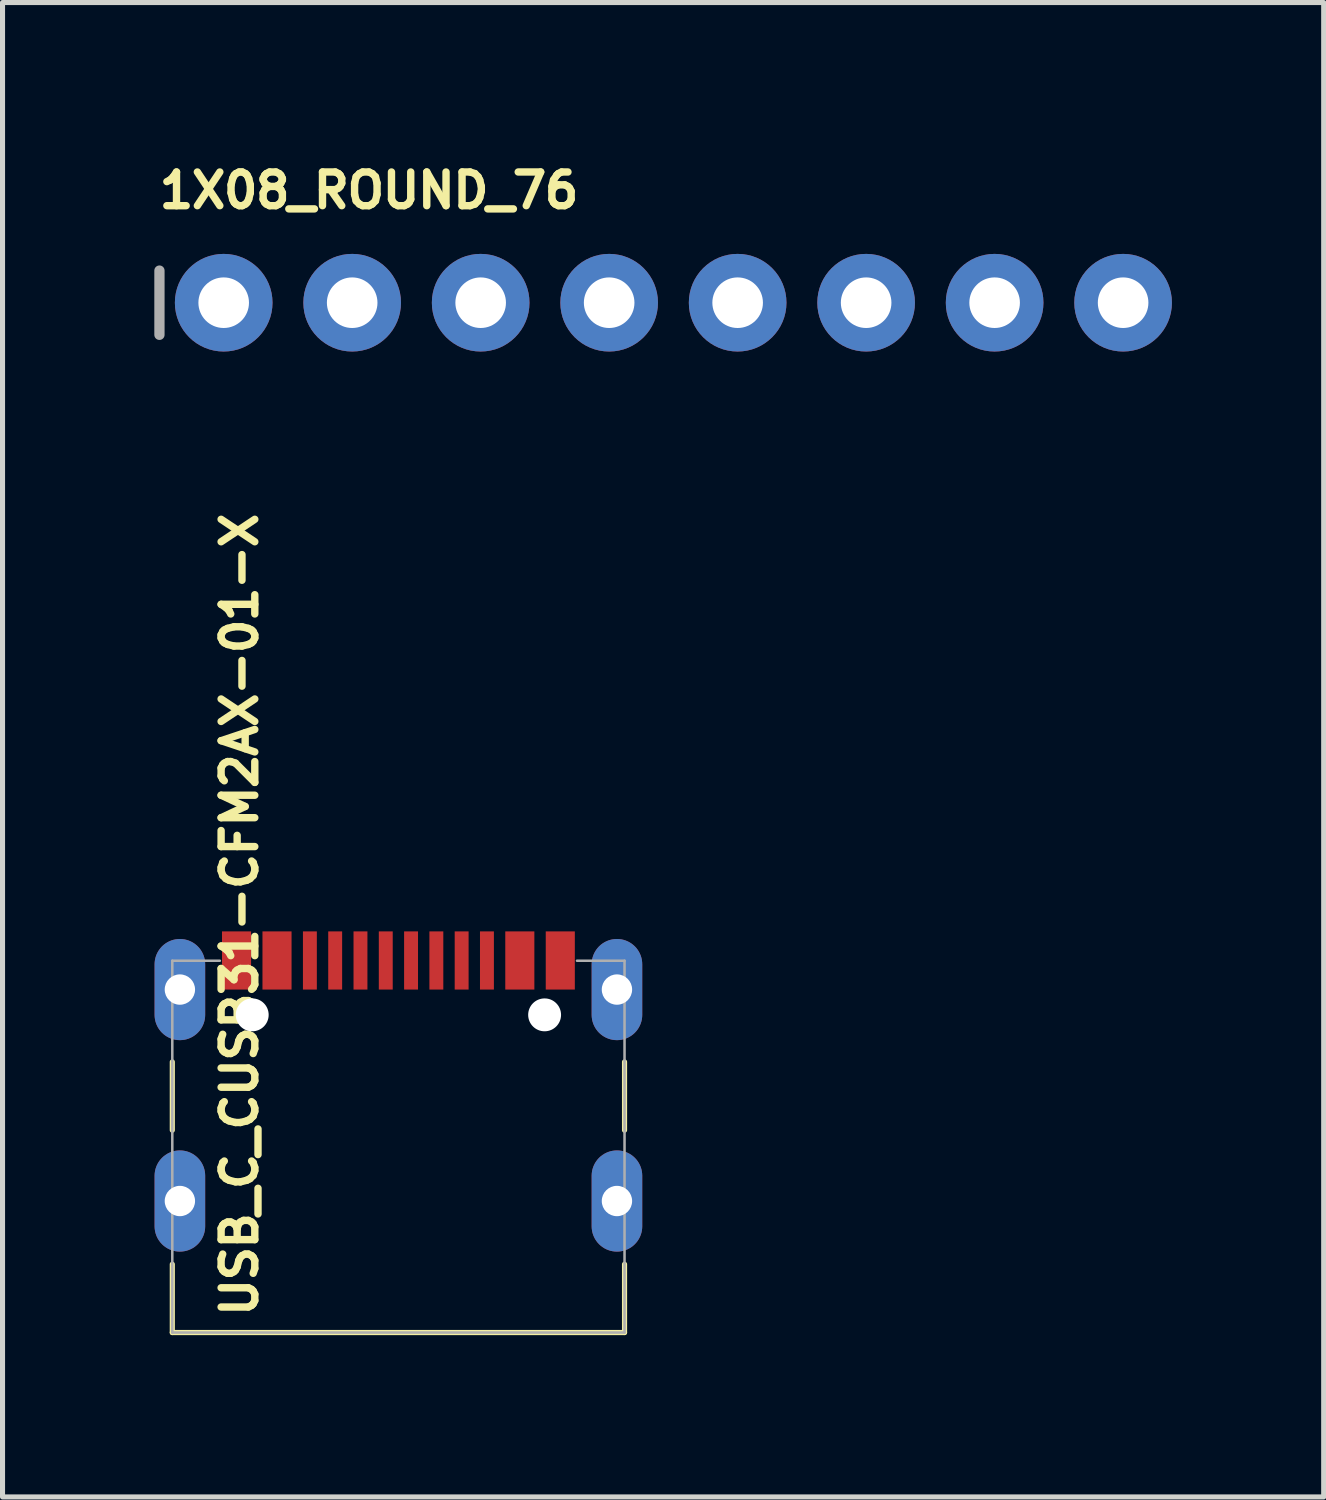
<source format=kicad_pcb>
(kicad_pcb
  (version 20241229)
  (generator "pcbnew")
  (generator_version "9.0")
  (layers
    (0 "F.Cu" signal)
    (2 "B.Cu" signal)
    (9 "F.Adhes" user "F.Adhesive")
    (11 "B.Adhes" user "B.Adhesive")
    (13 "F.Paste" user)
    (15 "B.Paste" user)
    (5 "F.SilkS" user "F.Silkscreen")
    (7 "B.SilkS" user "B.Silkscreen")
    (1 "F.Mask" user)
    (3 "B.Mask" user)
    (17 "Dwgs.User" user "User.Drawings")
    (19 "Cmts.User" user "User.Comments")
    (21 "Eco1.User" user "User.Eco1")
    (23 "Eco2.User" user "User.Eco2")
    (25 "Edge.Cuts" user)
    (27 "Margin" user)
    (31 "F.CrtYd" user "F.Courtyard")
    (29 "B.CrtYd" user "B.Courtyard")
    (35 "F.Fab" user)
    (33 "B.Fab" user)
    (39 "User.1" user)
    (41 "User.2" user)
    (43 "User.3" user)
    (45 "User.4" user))
  (footprint "1X08_ROUND_76"
    (layer "F.Cu")
    (at 10.262 2.934)
    (property "Reference" "1X08_ROUND_76" (at -10.236 -1.829 0) (layer "F.SilkS") (effects (font (size 0.666 0.666) (thickness 0.146)) (justify left bottom)))
    (fp_line (start -10.16 -0.635) (end -10.16 0.635) (stroke (width 0.203) (type solid)) (layer "F.Fab"))
    (fp_poly (pts (xy -9.144 0.254) (xy -8.636 0.254) (xy -8.636 -0.254) (xy -9.144 -0.254)) (stroke (width 0.1) (type default)) (fill no) (layer "F.Fab"))
    (fp_poly (pts (xy -6.604 0.254) (xy -6.096 0.254) (xy -6.096 -0.254) (xy -6.604 -0.254)) (stroke (width 0.1) (type default)) (fill no) (layer "F.Fab"))
    (fp_poly (pts (xy -4.064 0.254) (xy -3.556 0.254) (xy -3.556 -0.254) (xy -4.064 -0.254)) (stroke (width 0.1) (type default)) (fill no) (layer "F.Fab"))
    (fp_poly (pts (xy -1.524 0.254) (xy -1.016 0.254) (xy -1.016 -0.254) (xy -1.524 -0.254)) (stroke (width 0.1) (type default)) (fill no) (layer "F.Fab"))
    (fp_poly (pts (xy 1.016 0.254) (xy 1.524 0.254) (xy 1.524 -0.254) (xy 1.016 -0.254)) (stroke (width 0.1) (type default)) (fill no) (layer "F.Fab"))
    (fp_poly (pts (xy 3.556 0.254) (xy 4.064 0.254) (xy 4.064 -0.254) (xy 3.556 -0.254)) (stroke (width 0.1) (type default)) (fill no) (layer "F.Fab"))
    (fp_poly (pts (xy 6.096 0.254) (xy 6.604 0.254) (xy 6.604 -0.254) (xy 6.096 -0.254)) (stroke (width 0.1) (type default)) (fill no) (layer "F.Fab"))
    (fp_poly (pts (xy 8.636 0.254) (xy 9.144 0.254) (xy 9.144 -0.254) (xy 8.636 -0.254)) (stroke (width 0.1) (type default)) (fill no) (layer "F.Fab"))
    (pad "1" thru_hole circle (at -8.89 0 90) (size 1.93 1.93) (drill 1) (layers "*.Cu" "*.Mask"))
    (pad "2" thru_hole circle (at -6.35 0 90) (size 1.93 1.93) (drill 1) (layers "*.Cu" "*.Mask"))
    (pad "3" thru_hole circle (at -3.81 0 90) (size 1.93 1.93) (drill 1) (layers "*.Cu" "*.Mask"))
    (pad "4" thru_hole circle (at -1.27 0 90) (size 1.93 1.93) (drill 1) (layers "*.Cu" "*.Mask"))
    (pad "5" thru_hole circle (at 1.27 0 90) (size 1.93 1.93) (drill 1) (layers "*.Cu" "*.Mask"))
    (pad "6" thru_hole circle (at 3.81 0 90) (size 1.93 1.93) (drill 1) (layers "*.Cu" "*.Mask"))
    (pad "7" thru_hole circle (at 6.35 0 90) (size 1.93 1.93) (drill 1) (layers "*.Cu" "*.Mask"))
    (pad "8" thru_hole circle (at 8.89 0 90) (size 1.93 1.93) (drill 1) (layers "*.Cu" "*.Mask")))
  (footprint "USB_C_CUSB31-CFM2AX-01-X"
    (layer "F.Cu")
    (at 4.826 23.292)
    (property "Reference" "USB_C_CUSB31-CFM2AX-01-X" (at -2.75 -0.25 90) (layer "F.SilkS") (effects (font (size 0.666 0.666) (thickness 0.146)) (justify left bottom)))
    (fp_line (start -4.47 -4) (end -4.47 -5.35) (stroke (width 0.102) (type solid)) (layer "F.SilkS"))
    (fp_line (start -4.47 0) (end -4.47 -1.35) (stroke (width 0.102) (type solid)) (layer "F.SilkS"))
    (fp_line (start 4.47 -5.35) (end 4.47 -4) (stroke (width 0.102) (type solid)) (layer "F.SilkS"))
    (fp_line (start 4.47 -1.35) (end 4.47 0) (stroke (width 0.102) (type solid)) (layer "F.SilkS"))
    (fp_line (start 4.47 0) (end -4.47 0) (stroke (width 0.102) (type solid)) (layer "F.SilkS"))
    (fp_poly (pts (xy -4.169 -7.749) (xy -4.034 -7.68) (xy -3.928 -7.573) (xy -3.835 -7.29) (xy -3.835 -6.274) (xy -3.859 -6.125) (xy -3.928 -5.99) (xy -4.034 -5.883) (xy -4.318 -5.791) (xy -4.449 -5.809) (xy -4.572 -5.859) (xy -4.677 -5.94) (xy -4.758 -6.045) (xy -4.826 -6.299) (xy -4.826 -7.264) (xy -4.809 -7.396) (xy -4.758 -7.518) (xy -4.677 -7.624) (xy -4.572 -7.704) (xy -4.318 -7.772)) (stroke (width 0) (type default)) (fill yes) (layer "F.Paste"))
    (fp_poly (pts (xy -4.156 -3.57) (xy -4.022 -3.502) (xy -3.915 -3.395) (xy -3.823 -3.111) (xy -3.823 -2.095) (xy -3.846 -1.946) (xy -3.915 -1.812) (xy -4.022 -1.705) (xy -4.305 -1.613) (xy -4.437 -1.63) (xy -4.559 -1.681) (xy -4.665 -1.762) (xy -4.745 -1.867) (xy -4.813 -2.121) (xy -4.813 -3.086) (xy -4.796 -3.218) (xy -4.745 -3.34) (xy -4.665 -3.445) (xy -4.559 -3.526) (xy -4.305 -3.594)) (stroke (width 0) (type default)) (fill yes) (layer "F.Paste"))
    (fp_poly (pts (xy 4.48 -7.761) (xy 4.614 -7.693) (xy 4.721 -7.586) (xy 4.813 -7.303) (xy 4.813 -6.287) (xy 4.79 -6.137) (xy 4.721 -6.003) (xy 4.614 -5.896) (xy 4.331 -5.804) (xy 4.199 -5.821) (xy 4.077 -5.872) (xy 3.971 -5.953) (xy 3.891 -6.058) (xy 3.823 -6.312) (xy 3.823 -7.277) (xy 3.84 -7.409) (xy 3.891 -7.531) (xy 3.971 -7.636) (xy 4.077 -7.717) (xy 4.331 -7.785)) (stroke (width 0) (type default)) (fill yes) (layer "F.Paste"))
    (fp_poly (pts (xy 4.48 -3.57) (xy 4.614 -3.502) (xy 4.721 -3.395) (xy 4.813 -3.111) (xy 4.813 -2.095) (xy 4.79 -1.946) (xy 4.721 -1.812) (xy 4.614 -1.705) (xy 4.331 -1.613) (xy 4.199 -1.63) (xy 4.077 -1.681) (xy 3.971 -1.762) (xy 3.891 -1.867) (xy 3.823 -2.121) (xy 3.823 -3.086) (xy 3.84 -3.218) (xy 3.891 -3.34) (xy 3.971 -3.445) (xy 4.077 -3.526) (xy 4.331 -3.594)) (stroke (width 0) (type default)) (fill yes) (layer "F.Paste"))
    (fp_line (start -4.47 -7.35) (end -3.53 -7.35) (stroke (width 0.05) (type solid)) (layer "F.Fab"))
    (fp_line (start -4.47 0) (end -4.47 -7.35) (stroke (width 0.05) (type solid)) (layer "F.Fab"))
    (fp_line (start 3.53 -7.35) (end 4.47 -7.35) (stroke (width 0.05) (type solid)) (layer "F.Fab"))
    (fp_line (start 4.47 -7.35) (end 4.47 0) (stroke (width 0.05) (type solid)) (layer "F.Fab"))
    (fp_line (start 4.47 0) (end -4.47 0) (stroke (width 0.05) (type solid)) (layer "F.Fab"))
    (pad "" np_thru_hole circle (at -2.89 -6.28) (size 0.65 0.65) (drill 0.65) (layers "*.Cu" "*.Mask"))
    (pad "" np_thru_hole circle (at 2.89 -6.28) (size 0.65 0.65) (drill 0.65) (layers "*.Cu" "*.Mask"))
    (pad "A1B12" smd rect (at -3.2 -7.355) (size 0.575 1.15) (layers "F.Cu" "F.Mask" "F.Paste"))
    (pad "A4B9" smd rect (at -2.4 -7.355) (size 0.575 1.15) (layers "F.Cu" "F.Mask" "F.Paste"))
    (pad "A5" smd rect (at -1.25 -7.355) (size 0.275 1.15) (layers "F.Cu" "F.Mask" "F.Paste"))
    (pad "A6" smd rect (at -0.25 -7.355) (size 0.275 1.15) (layers "F.Cu" "F.Mask" "F.Paste"))
    (pad "A7" smd rect (at 0.25 -7.355) (size 0.275 1.15) (layers "F.Cu" "F.Mask" "F.Paste"))
    (pad "A8" smd rect (at 1.25 -7.355) (size 0.275 1.15) (layers "F.Cu" "F.Mask" "F.Paste"))
    (pad "B1A12" smd rect (at 3.2 -7.355) (size 0.575 1.15) (layers "F.Cu" "F.Mask" "F.Paste"))
    (pad "B4A9" smd rect (at 2.4 -7.355) (size 0.575 1.15) (layers "F.Cu" "F.Mask" "F.Paste"))
    (pad "B5" smd rect (at 1.75 -7.355) (size 0.275 1.15) (layers "F.Cu" "F.Mask" "F.Paste"))
    (pad "B6" smd rect (at 0.75 -7.355) (size 0.275 1.15) (layers "F.Cu" "F.Mask" "F.Paste"))
    (pad "B7" smd rect (at -0.75 -7.355) (size 0.275 1.15) (layers "F.Cu" "F.Mask" "F.Paste"))
    (pad "B8" smd rect (at -1.75 -7.355) (size 0.275 1.15) (layers "F.Cu" "F.Mask" "F.Paste"))
    (pad "M1" thru_hole oval (at -4.32 -6.78 90) (size 2 1) (drill 0.6) (layers "*.Cu" "*.Mask"))
    (pad "M2" thru_hole oval (at 4.32 -6.78 90) (size 2 1) (drill 0.6) (layers "*.Cu" "*.Mask"))
    (pad "M3" thru_hole oval (at -4.32 -2.6 90) (size 2 1) (drill 0.6) (layers "*.Cu" "*.Mask"))
    (pad "M4" thru_hole oval (at 4.32 -2.6 90) (size 2 1) (drill 0.6) (layers "*.Cu" "*.Mask")))
  (gr_rect
    (start -3 -3)
    (end 23.117 26.542)
    (stroke (width 0.1) (type default))
    (fill no)
    (layer "Edge.Cuts")))
</source>
